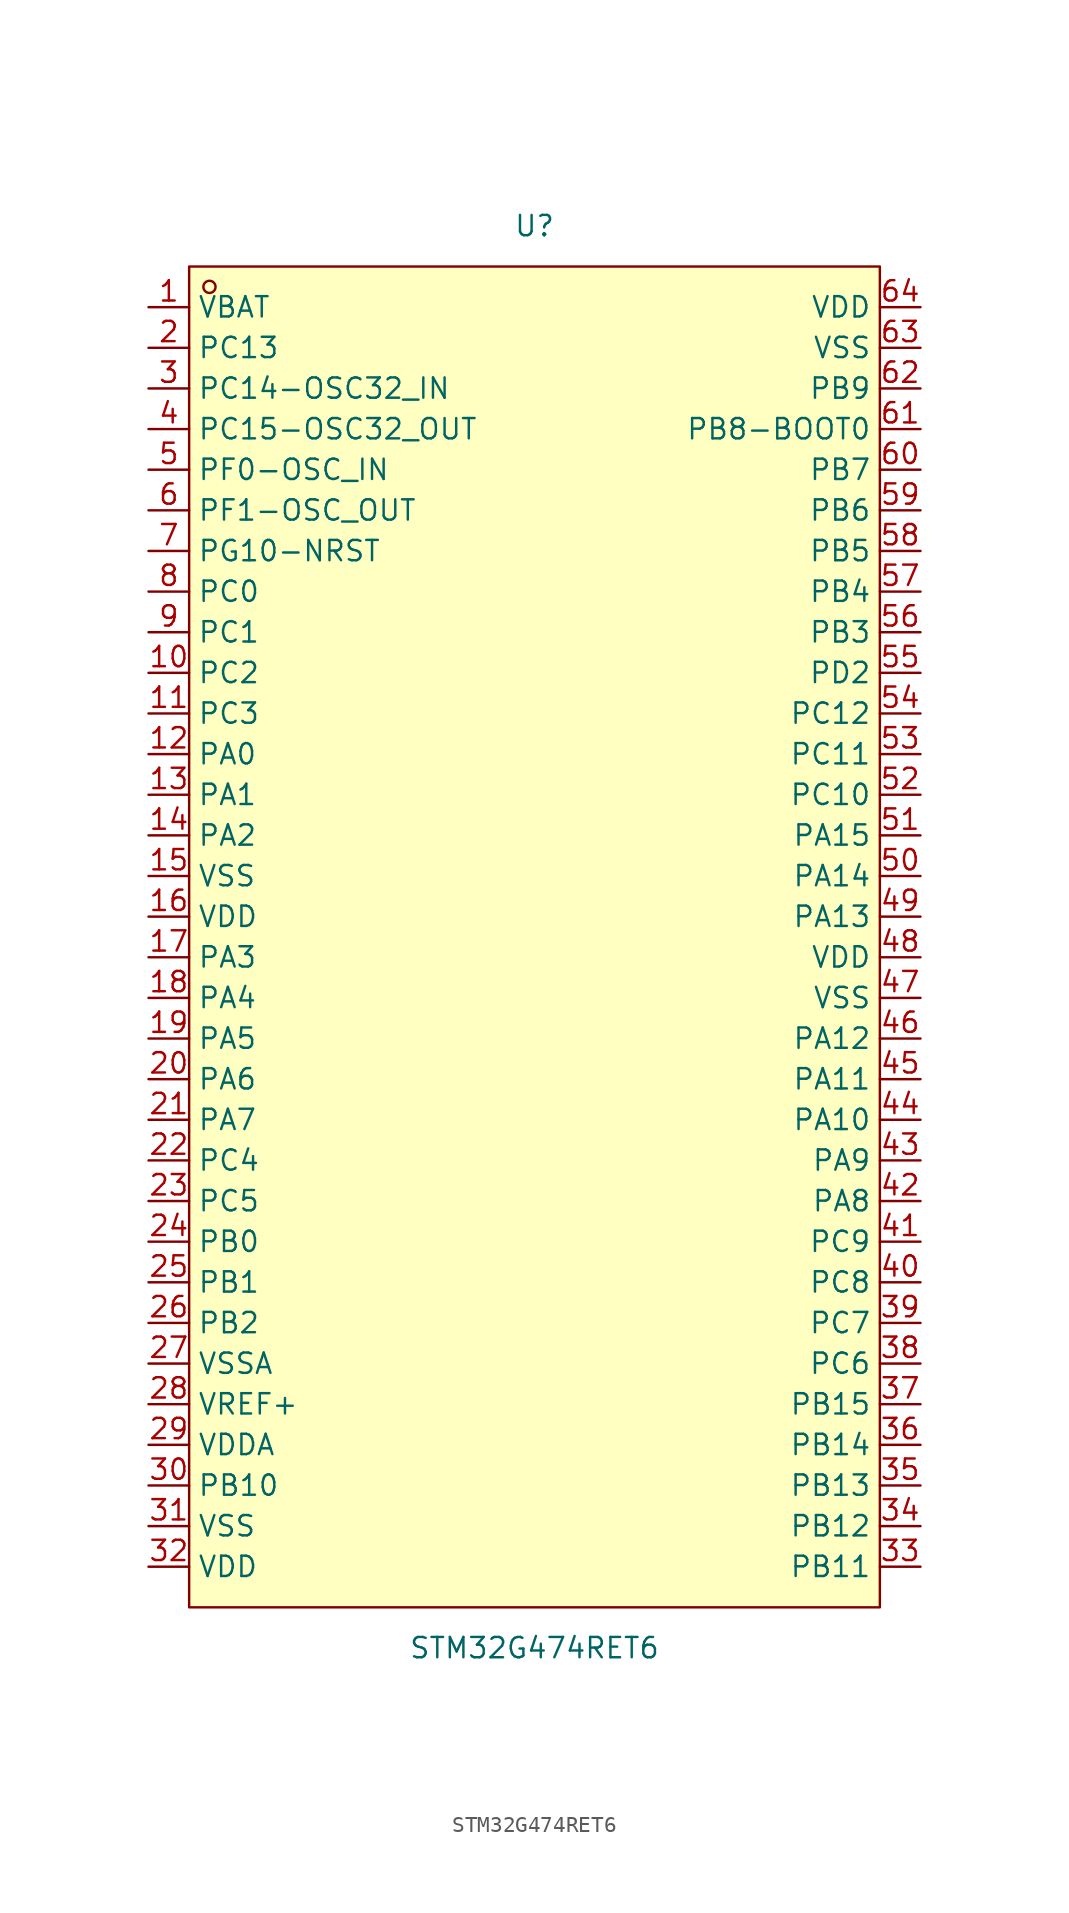
<source format=kicad_sym>
(kicad_symbol_lib
  (version 20231120)
  (generator "kicad_symbol_editor")
  (generator_version "8.0")
  (symbol "STM32G474RET6"
    (property "Reference" "U"
      (at 0 44.45 0)
      (effects (font (size 1.27 1.27))))
    (property "Value" "STM32G474RET6"
      (at 0 -44.45 0)
      (effects (font (size 1.27 1.27))))
    (symbol "STM32G474RET6_0_1"
      (rectangle (start -21.59 41.91) (end 21.59 -41.91) (stroke (width 0) (type default)) (fill (type background)))
      (circle (center -20.32 40.64) (radius 0.38) (stroke (width 0) (type default)) (fill (type none)))
      (pin unspecified line (at -24.13 39.37 0) (length 2.54) (name "VBAT" (effects (font (size 1.27 1.27)))) (number "1" (effects (font (size 1.27 1.27)))))
      (pin unspecified line (at -24.13 16.51 0) (length 2.54) (name "PC2" (effects (font (size 1.27 1.27)))) (number "10" (effects (font (size 1.27 1.27)))))
      (pin unspecified line (at -24.13 13.97 0) (length 2.54) (name "PC3" (effects (font (size 1.27 1.27)))) (number "11" (effects (font (size 1.27 1.27)))))
      (pin unspecified line (at -24.13 11.43 0) (length 2.54) (name "PA0" (effects (font (size 1.27 1.27)))) (number "12" (effects (font (size 1.27 1.27)))))
      (pin unspecified line (at -24.13 8.89 0) (length 2.54) (name "PA1" (effects (font (size 1.27 1.27)))) (number "13" (effects (font (size 1.27 1.27)))))
      (pin unspecified line (at -24.13 6.35 0) (length 2.54) (name "PA2" (effects (font (size 1.27 1.27)))) (number "14" (effects (font (size 1.27 1.27)))))
      (pin unspecified line (at -24.13 3.81 0) (length 2.54) (name "VSS" (effects (font (size 1.27 1.27)))) (number "15" (effects (font (size 1.27 1.27)))))
      (pin unspecified line (at -24.13 1.27 0) (length 2.54) (name "VDD" (effects (font (size 1.27 1.27)))) (number "16" (effects (font (size 1.27 1.27)))))
      (pin unspecified line (at -24.13 -1.27 0) (length 2.54) (name "PA3" (effects (font (size 1.27 1.27)))) (number "17" (effects (font (size 1.27 1.27)))))
      (pin unspecified line (at -24.13 -3.81 0) (length 2.54) (name "PA4" (effects (font (size 1.27 1.27)))) (number "18" (effects (font (size 1.27 1.27)))))
      (pin unspecified line (at -24.13 -6.35 0) (length 2.54) (name "PA5" (effects (font (size 1.27 1.27)))) (number "19" (effects (font (size 1.27 1.27)))))
      (pin unspecified line (at -24.13 36.83 0) (length 2.54) (name "PC13" (effects (font (size 1.27 1.27)))) (number "2" (effects (font (size 1.27 1.27)))))
      (pin unspecified line (at -24.13 -8.89 0) (length 2.54) (name "PA6" (effects (font (size 1.27 1.27)))) (number "20" (effects (font (size 1.27 1.27)))))
      (pin unspecified line (at -24.13 -11.43 0) (length 2.54) (name "PA7" (effects (font (size 1.27 1.27)))) (number "21" (effects (font (size 1.27 1.27)))))
      (pin unspecified line (at -24.13 -13.97 0) (length 2.54) (name "PC4" (effects (font (size 1.27 1.27)))) (number "22" (effects (font (size 1.27 1.27)))))
      (pin unspecified line (at -24.13 -16.51 0) (length 2.54) (name "PC5" (effects (font (size 1.27 1.27)))) (number "23" (effects (font (size 1.27 1.27)))))
      (pin unspecified line (at -24.13 -19.05 0) (length 2.54) (name "PB0" (effects (font (size 1.27 1.27)))) (number "24" (effects (font (size 1.27 1.27)))))
      (pin unspecified line (at -24.13 -21.59 0) (length 2.54) (name "PB1" (effects (font (size 1.27 1.27)))) (number "25" (effects (font (size 1.27 1.27)))))
      (pin unspecified line (at -24.13 -24.13 0) (length 2.54) (name "PB2" (effects (font (size 1.27 1.27)))) (number "26" (effects (font (size 1.27 1.27)))))
      (pin unspecified line (at -24.13 -26.67 0) (length 2.54) (name "VSSA" (effects (font (size 1.27 1.27)))) (number "27" (effects (font (size 1.27 1.27)))))
      (pin unspecified line (at -24.13 -29.21 0) (length 2.54) (name "VREF+" (effects (font (size 1.27 1.27)))) (number "28" (effects (font (size 1.27 1.27)))))
      (pin unspecified line (at -24.13 -31.75 0) (length 2.54) (name "VDDA" (effects (font (size 1.27 1.27)))) (number "29" (effects (font (size 1.27 1.27)))))
      (pin unspecified line (at -24.13 34.29 0) (length 2.54) (name "PC14-OSC32_IN" (effects (font (size 1.27 1.27)))) (number "3" (effects (font (size 1.27 1.27)))))
      (pin unspecified line (at -24.13 -34.29 0) (length 2.54) (name "PB10" (effects (font (size 1.27 1.27)))) (number "30" (effects (font (size 1.27 1.27)))))
      (pin unspecified line (at -24.13 -36.83 0) (length 2.54) (name "VSS" (effects (font (size 1.27 1.27)))) (number "31" (effects (font (size 1.27 1.27)))))
      (pin unspecified line (at -24.13 -39.37 0) (length 2.54) (name "VDD" (effects (font (size 1.27 1.27)))) (number "32" (effects (font (size 1.27 1.27)))))
      (pin unspecified line (at 24.13 -39.37 180) (length 2.54) (name "PB11" (effects (font (size 1.27 1.27)))) (number "33" (effects (font (size 1.27 1.27)))))
      (pin unspecified line (at 24.13 -36.83 180) (length 2.54) (name "PB12" (effects (font (size 1.27 1.27)))) (number "34" (effects (font (size 1.27 1.27)))))
      (pin unspecified line (at 24.13 -34.29 180) (length 2.54) (name "PB13" (effects (font (size 1.27 1.27)))) (number "35" (effects (font (size 1.27 1.27)))))
      (pin unspecified line (at 24.13 -31.75 180) (length 2.54) (name "PB14" (effects (font (size 1.27 1.27)))) (number "36" (effects (font (size 1.27 1.27)))))
      (pin unspecified line (at 24.13 -29.21 180) (length 2.54) (name "PB15" (effects (font (size 1.27 1.27)))) (number "37" (effects (font (size 1.27 1.27)))))
      (pin unspecified line (at 24.13 -26.67 180) (length 2.54) (name "PC6" (effects (font (size 1.27 1.27)))) (number "38" (effects (font (size 1.27 1.27)))))
      (pin unspecified line (at 24.13 -24.13 180) (length 2.54) (name "PC7" (effects (font (size 1.27 1.27)))) (number "39" (effects (font (size 1.27 1.27)))))
      (pin unspecified line (at -24.13 31.75 0) (length 2.54) (name "PC15-OSC32_OUT" (effects (font (size 1.27 1.27)))) (number "4" (effects (font (size 1.27 1.27)))))
      (pin unspecified line (at 24.13 -21.59 180) (length 2.54) (name "PC8" (effects (font (size 1.27 1.27)))) (number "40" (effects (font (size 1.27 1.27)))))
      (pin unspecified line (at 24.13 -19.05 180) (length 2.54) (name "PC9" (effects (font (size 1.27 1.27)))) (number "41" (effects (font (size 1.27 1.27)))))
      (pin unspecified line (at 24.13 -16.51 180) (length 2.54) (name "PA8" (effects (font (size 1.27 1.27)))) (number "42" (effects (font (size 1.27 1.27)))))
      (pin unspecified line (at 24.13 -13.97 180) (length 2.54) (name "PA9" (effects (font (size 1.27 1.27)))) (number "43" (effects (font (size 1.27 1.27)))))
      (pin unspecified line (at 24.13 -11.43 180) (length 2.54) (name "PA10" (effects (font (size 1.27 1.27)))) (number "44" (effects (font (size 1.27 1.27)))))
      (pin unspecified line (at 24.13 -8.89 180) (length 2.54) (name "PA11" (effects (font (size 1.27 1.27)))) (number "45" (effects (font (size 1.27 1.27)))))
      (pin unspecified line (at 24.13 -6.35 180) (length 2.54) (name "PA12" (effects (font (size 1.27 1.27)))) (number "46" (effects (font (size 1.27 1.27)))))
      (pin unspecified line (at 24.13 -3.81 180) (length 2.54) (name "VSS" (effects (font (size 1.27 1.27)))) (number "47" (effects (font (size 1.27 1.27)))))
      (pin unspecified line (at 24.13 -1.27 180) (length 2.54) (name "VDD" (effects (font (size 1.27 1.27)))) (number "48" (effects (font (size 1.27 1.27)))))
      (pin unspecified line (at 24.13 1.27 180) (length 2.54) (name "PA13" (effects (font (size 1.27 1.27)))) (number "49" (effects (font (size 1.27 1.27)))))
      (pin unspecified line (at -24.13 29.21 0) (length 2.54) (name "PF0-OSC_IN" (effects (font (size 1.27 1.27)))) (number "5" (effects (font (size 1.27 1.27)))))
      (pin unspecified line (at 24.13 3.81 180) (length 2.54) (name "PA14" (effects (font (size 1.27 1.27)))) (number "50" (effects (font (size 1.27 1.27)))))
      (pin unspecified line (at 24.13 6.35 180) (length 2.54) (name "PA15" (effects (font (size 1.27 1.27)))) (number "51" (effects (font (size 1.27 1.27)))))
      (pin unspecified line (at 24.13 8.89 180) (length 2.54) (name "PC10" (effects (font (size 1.27 1.27)))) (number "52" (effects (font (size 1.27 1.27)))))
      (pin unspecified line (at 24.13 11.43 180) (length 2.54) (name "PC11" (effects (font (size 1.27 1.27)))) (number "53" (effects (font (size 1.27 1.27)))))
      (pin unspecified line (at 24.13 13.97 180) (length 2.54) (name "PC12" (effects (font (size 1.27 1.27)))) (number "54" (effects (font (size 1.27 1.27)))))
      (pin unspecified line (at 24.13 16.51 180) (length 2.54) (name "PD2" (effects (font (size 1.27 1.27)))) (number "55" (effects (font (size 1.27 1.27)))))
      (pin unspecified line (at 24.13 19.05 180) (length 2.54) (name "PB3" (effects (font (size 1.27 1.27)))) (number "56" (effects (font (size 1.27 1.27)))))
      (pin unspecified line (at 24.13 21.59 180) (length 2.54) (name "PB4" (effects (font (size 1.27 1.27)))) (number "57" (effects (font (size 1.27 1.27)))))
      (pin unspecified line (at 24.13 24.13 180) (length 2.54) (name "PB5" (effects (font (size 1.27 1.27)))) (number "58" (effects (font (size 1.27 1.27)))))
      (pin unspecified line (at 24.13 26.67 180) (length 2.54) (name "PB6" (effects (font (size 1.27 1.27)))) (number "59" (effects (font (size 1.27 1.27)))))
      (pin unspecified line (at -24.13 26.67 0) (length 2.54) (name "PF1-OSC_OUT" (effects (font (size 1.27 1.27)))) (number "6" (effects (font (size 1.27 1.27)))))
      (pin unspecified line (at 24.13 29.21 180) (length 2.54) (name "PB7" (effects (font (size 1.27 1.27)))) (number "60" (effects (font (size 1.27 1.27)))))
      (pin unspecified line (at 24.13 31.75 180) (length 2.54) (name "PB8-BOOT0" (effects (font (size 1.27 1.27)))) (number "61" (effects (font (size 1.27 1.27)))))
      (pin unspecified line (at 24.13 34.29 180) (length 2.54) (name "PB9" (effects (font (size 1.27 1.27)))) (number "62" (effects (font (size 1.27 1.27)))))
      (pin unspecified line (at 24.13 36.83 180) (length 2.54) (name "VSS" (effects (font (size 1.27 1.27)))) (number "63" (effects (font (size 1.27 1.27)))))
      (pin unspecified line (at 24.13 39.37 180) (length 2.54) (name "VDD" (effects (font (size 1.27 1.27)))) (number "64" (effects (font (size 1.27 1.27)))))
      (pin unspecified line (at -24.13 24.13 0) (length 2.54) (name "PG10-NRST" (effects (font (size 1.27 1.27)))) (number "7" (effects (font (size 1.27 1.27)))))
      (pin unspecified line (at -24.13 21.59 0) (length 2.54) (name "PC0" (effects (font (size 1.27 1.27)))) (number "8" (effects (font (size 1.27 1.27)))))
      (pin unspecified line (at -24.13 19.05 0) (length 2.54) (name "PC1" (effects (font (size 1.27 1.27)))) (number "9" (effects (font (size 1.27 1.27))))))))
</source>
